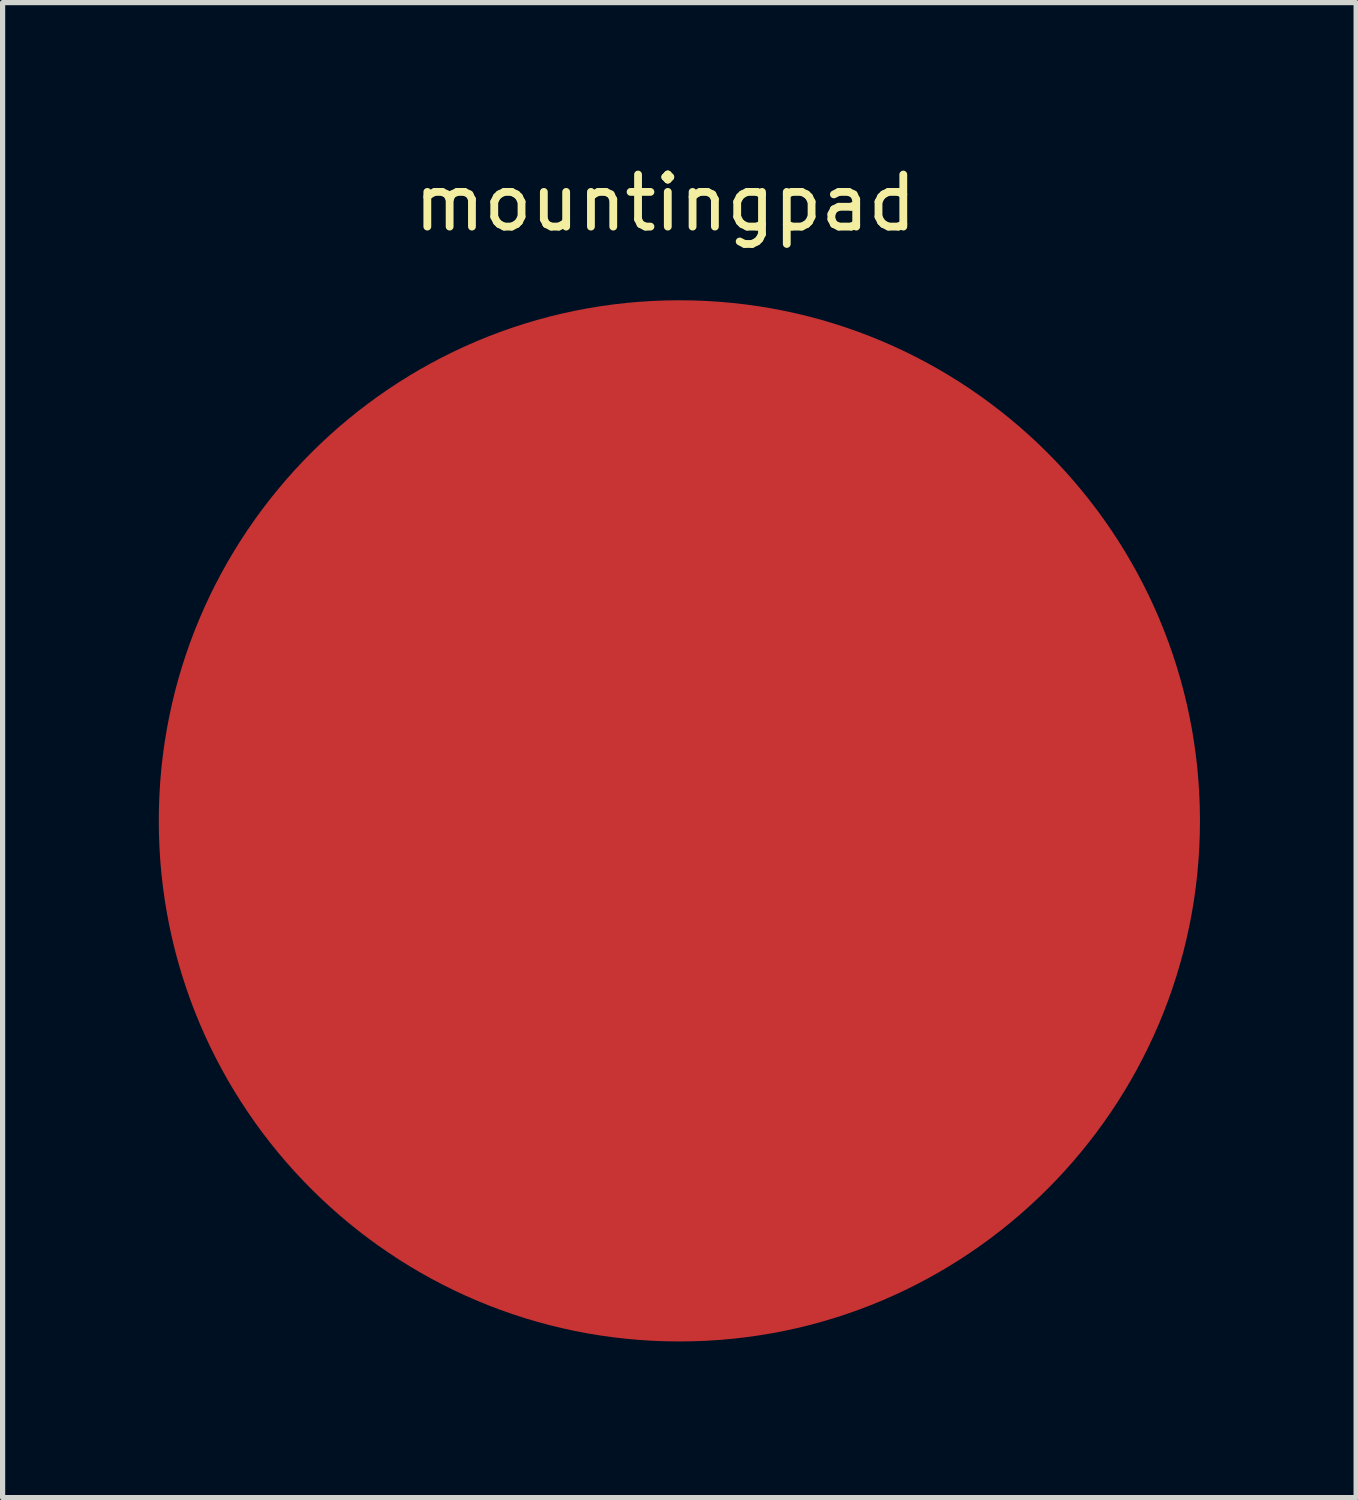
<source format=kicad_pcb>
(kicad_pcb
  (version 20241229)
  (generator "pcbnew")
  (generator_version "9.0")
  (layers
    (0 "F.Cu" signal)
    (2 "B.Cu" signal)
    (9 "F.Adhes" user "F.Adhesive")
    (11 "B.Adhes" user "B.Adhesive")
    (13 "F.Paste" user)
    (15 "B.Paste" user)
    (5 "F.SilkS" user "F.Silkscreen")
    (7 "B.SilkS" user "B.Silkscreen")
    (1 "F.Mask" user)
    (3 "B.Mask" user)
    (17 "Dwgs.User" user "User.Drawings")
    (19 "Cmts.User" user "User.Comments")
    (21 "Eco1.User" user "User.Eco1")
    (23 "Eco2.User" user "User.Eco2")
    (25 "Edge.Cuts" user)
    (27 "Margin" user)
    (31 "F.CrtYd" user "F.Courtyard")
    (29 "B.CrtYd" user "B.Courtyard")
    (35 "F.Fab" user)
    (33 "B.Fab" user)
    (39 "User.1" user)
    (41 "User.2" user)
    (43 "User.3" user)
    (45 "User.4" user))
  (footprint "mountingpad"
    (layer "F.Cu")
    (at 9.73 0.348)
    (property "Reference" "mountingpad" (at 0 0.5 0) (layer "F.SilkS") (effects (font (size 1 1) (thickness 0.15))))
    (attr through_hole)
    (pad "1" smd circle (at 0.27 12.37) (size 20 20) (layers "F.Cu" "F.Mask" "F.Paste")))
  (gr_rect
    (start -3 -3)
    (end 23 25.718)
    (stroke (width 0.1) (type default))
    (fill no)
    (layer "Edge.Cuts")))
</source>
